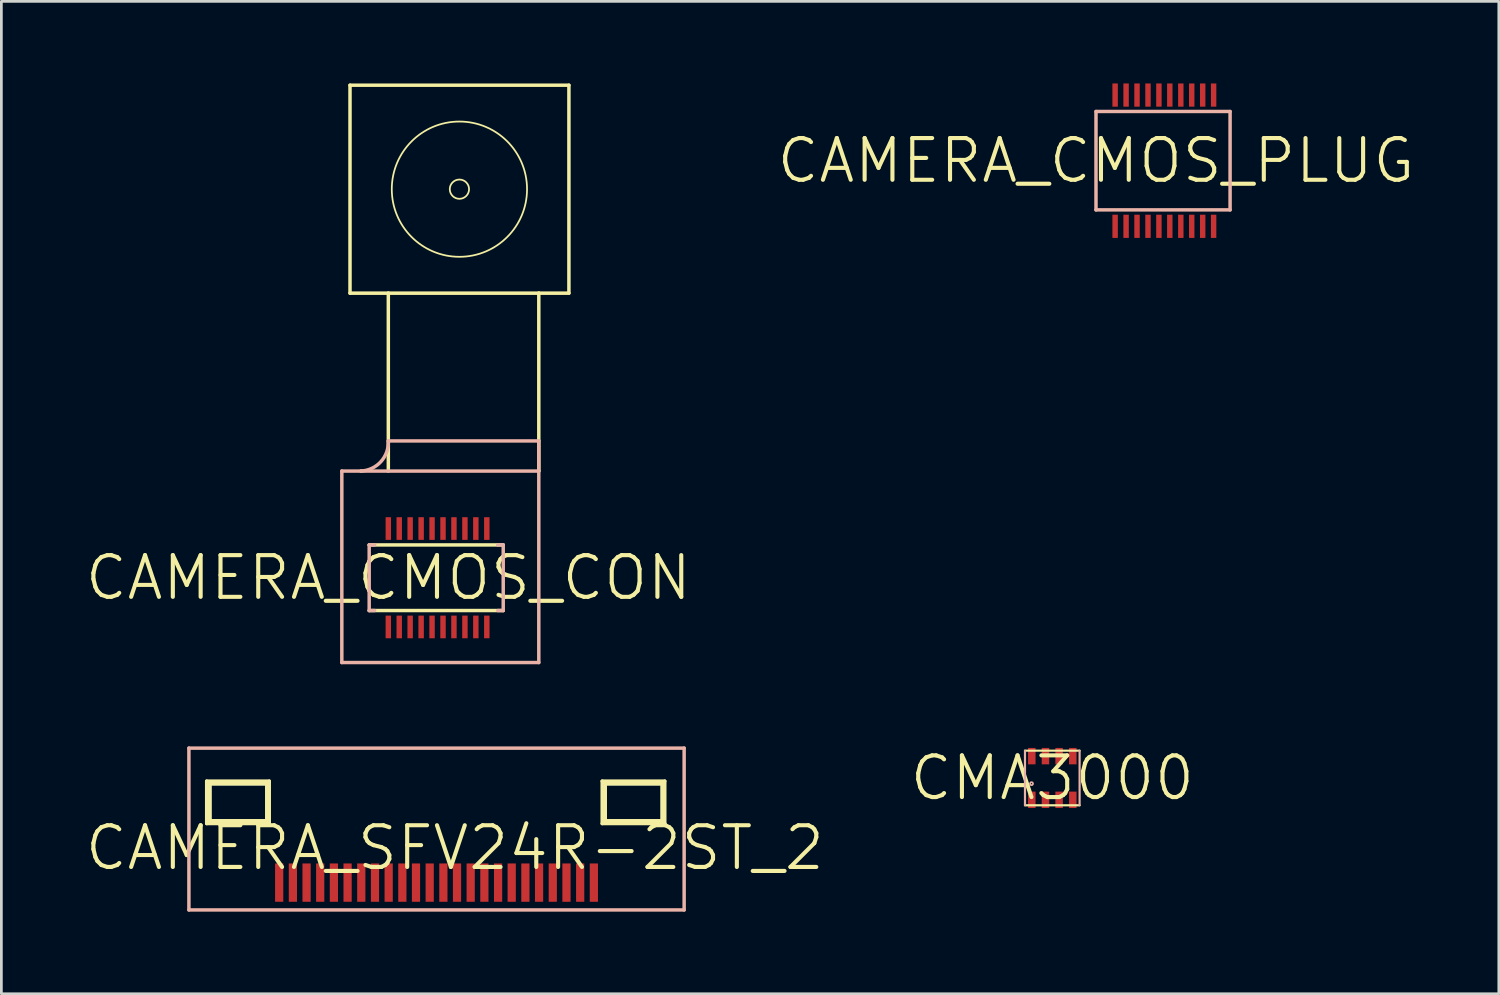
<source format=kicad_pcb>
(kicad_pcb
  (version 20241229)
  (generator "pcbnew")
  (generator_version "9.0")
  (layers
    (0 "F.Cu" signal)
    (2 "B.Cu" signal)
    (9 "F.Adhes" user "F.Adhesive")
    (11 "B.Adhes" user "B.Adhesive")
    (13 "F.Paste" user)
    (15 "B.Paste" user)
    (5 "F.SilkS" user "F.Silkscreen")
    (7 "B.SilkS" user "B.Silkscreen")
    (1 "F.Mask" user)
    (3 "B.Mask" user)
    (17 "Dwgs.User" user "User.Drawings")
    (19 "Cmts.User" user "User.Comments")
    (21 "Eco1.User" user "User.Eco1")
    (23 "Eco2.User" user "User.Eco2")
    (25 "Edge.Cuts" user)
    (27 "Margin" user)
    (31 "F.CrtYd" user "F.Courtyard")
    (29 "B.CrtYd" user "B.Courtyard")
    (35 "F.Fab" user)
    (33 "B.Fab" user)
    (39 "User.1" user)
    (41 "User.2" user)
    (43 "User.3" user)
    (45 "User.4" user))
  (footprint "CAMERA_CMOS_CON"
    (layer "F.Cu")
    (at 11.14 18.062)
    (property "Reference" "CAMERA_CMOS_CON" (at 0 0 0) (layer "F.SilkS") (effects (font (size 1.524 1.524) (thickness 0.15))))
    (attr smd)
    (fp_line (start -1.4 -17.998) (end 6.599 -17.998) (stroke (width 0.127) (type solid)) (layer "F.SilkS"))
    (fp_line (start -1.4 -10.399) (end -1.4 -17.998) (stroke (width 0.127) (type solid)) (layer "F.SilkS"))
    (fp_line (start -0.699 -1.199) (end 4.199 -1.199) (stroke (width 0.127) (type solid)) (layer "F.SilkS"))
    (fp_line (start 0 -10.399) (end -1.4 -10.399) (stroke (width 0.127) (type solid)) (layer "F.SilkS"))
    (fp_line (start 0 -3.899) (end 0 -10.399) (stroke (width 0.127) (type solid)) (layer "F.SilkS"))
    (fp_line (start 4.199 1.199) (end -0.699 1.199) (stroke (width 0.127) (type solid)) (layer "F.SilkS"))
    (fp_line (start 5.499 -10.399) (end 0 -10.399) (stroke (width 0.127) (type solid)) (layer "F.SilkS"))
    (fp_line (start 5.499 -10.399) (end 5.499 -3.899) (stroke (width 0.127) (type solid)) (layer "F.SilkS"))
    (fp_line (start 5.499 -10.399) (end 6.599 -10.399) (stroke (width 0.127) (type solid)) (layer "F.SilkS"))
    (fp_line (start 6.599 -17.998) (end 6.599 -10.399) (stroke (width 0.127) (type solid)) (layer "F.SilkS"))
    (fp_circle (center 2.598 -14.199) (end 2.847 -14.448) (stroke (width 0.064) (type solid)) (fill no) (layer "F.SilkS"))
    (fp_circle (center 2.598 -14.199) (end 4.346 -15.946) (stroke (width 0.064) (type solid)) (fill no) (layer "F.SilkS"))
    (fp_line (start -1.699 -3.899) (end -0.998 -3.899) (stroke (width 0.127) (type solid)) (layer "B.SilkS"))
    (fp_line (start -1.699 3.099) (end -1.699 -3.899) (stroke (width 0.127) (type solid)) (layer "B.SilkS"))
    (fp_line (start -0.998 -3.899) (end 5.499 -3.899) (stroke (width 0.127) (type solid)) (layer "B.SilkS"))
    (fp_line (start -0.699 -1.199) (end -0.498 -1.199) (stroke (width 0.127) (type solid)) (layer "B.SilkS"))
    (fp_line (start -0.699 1.199) (end -0.699 -1.199) (stroke (width 0.127) (type solid)) (layer "B.SilkS"))
    (fp_line (start -0.699 1.199) (end -0.498 1.199) (stroke (width 0.127) (type solid)) (layer "B.SilkS"))
    (fp_line (start 0 -4.999) (end 5.499 -4.999) (stroke (width 0.127) (type solid)) (layer "B.SilkS"))
    (fp_line (start 3.998 -1.199) (end 4.199 -1.199) (stroke (width 0.127) (type solid)) (layer "B.SilkS"))
    (fp_line (start 3.998 1.199) (end 4.199 1.199) (stroke (width 0.127) (type solid)) (layer "B.SilkS"))
    (fp_line (start 4.199 -1.199) (end 4.199 1.199) (stroke (width 0.127) (type solid)) (layer "B.SilkS"))
    (fp_line (start 5.499 -4.999) (end 5.499 -3.899) (stroke (width 0.127) (type solid)) (layer "B.SilkS"))
    (fp_line (start 5.499 -3.899) (end 5.499 3.099) (stroke (width 0.127) (type solid)) (layer "B.SilkS"))
    (fp_line (start 5.499 3.099) (end -1.699 3.099) (stroke (width 0.127) (type solid)) (layer "B.SilkS"))
    (fp_arc (start 0 -4.99872) (mid -0.27133 -4.242072) (end -0.99822 -3.8989) (stroke (width 0.127) (type solid)) (layer "B.SilkS"))
    (pad "ENB" smd rect (at 3.599 -1.798 90) (size 0.828 0.198) (layers "F.Cu" "F.Mask" "F.Paste"))
    (pad "FVLD" smd rect (at 1.199 -1.798 90) (size 0.828 0.198) (layers "F.Cu" "F.Mask" "F.Paste"))
    (pad "GND" smd rect (at 0 1.798 90) (size 0.828 0.198) (layers "F.Cu" "F.Mask" "F.Paste"))
    (pad "GND@" smd rect (at 2.799 -1.798 90) (size 0.828 0.198) (layers "F.Cu" "F.Mask" "F.Paste"))
    (pad "LVLD" smd rect (at 0.798 -1.798 90) (size 0.828 0.198) (layers "F.Cu" "F.Mask" "F.Paste"))
    (pad "MCLK" smd rect (at 0 -1.798 90) (size 0.828 0.198) (layers "F.Cu" "F.Mask" "F.Paste"))
    (pad "PCLK" smd rect (at 0.399 -1.798 90) (size 0.828 0.198) (layers "F.Cu" "F.Mask" "F.Paste"))
    (pad "RST" smd rect (at 3.198 -1.798 90) (size 0.828 0.198) (layers "F.Cu" "F.Mask" "F.Paste"))
    (pad "SCL" smd rect (at 1.999 -1.798 90) (size 0.828 0.198) (layers "F.Cu" "F.Mask" "F.Paste"))
    (pad "SDA" smd rect (at 1.598 -1.798 90) (size 0.828 0.198) (layers "F.Cu" "F.Mask" "F.Paste"))
    (pad "VCC" smd rect (at 0.399 1.798 90) (size 0.828 0.198) (layers "F.Cu" "F.Mask" "F.Paste"))
    (pad "VCC@" smd rect (at 2.398 -1.798 90) (size 0.828 0.198) (layers "F.Cu" "F.Mask" "F.Paste"))
    (pad "Y0" smd rect (at 3.599 1.798 90) (size 0.828 0.198) (layers "F.Cu" "F.Mask" "F.Paste"))
    (pad "Y1" smd rect (at 3.198 1.798 90) (size 0.828 0.198) (layers "F.Cu" "F.Mask" "F.Paste"))
    (pad "Y2" smd rect (at 2.799 1.798 90) (size 0.828 0.198) (layers "F.Cu" "F.Mask" "F.Paste"))
    (pad "Y3" smd rect (at 2.398 1.798 90) (size 0.828 0.198) (layers "F.Cu" "F.Mask" "F.Paste"))
    (pad "Y4" smd rect (at 1.999 1.798 90) (size 0.828 0.198) (layers "F.Cu" "F.Mask" "F.Paste"))
    (pad "Y5" smd rect (at 1.598 1.798 90) (size 0.828 0.198) (layers "F.Cu" "F.Mask" "F.Paste"))
    (pad "Y6" smd rect (at 1.199 1.798 90) (size 0.828 0.198) (layers "F.Cu" "F.Mask" "F.Paste"))
    (pad "Y7" smd rect (at 0.798 1.798 90) (size 0.828 0.198) (layers "F.Cu" "F.Mask" "F.Paste")))
  (footprint "CAMERA_SFV24R-2ST_2"
    (layer "F.Cu")
    (at 13.571 27.933)
    (property "Reference" "CAMERA_SFV24R-2ST_2" (at 0 0 0) (layer "F.SilkS") (effects (font (size 1.524 1.524) (thickness 0.15))))
    (attr smd)
    (fp_line (start -8.956 -2.347) (end -8.956 -0.988) (stroke (width 0.127) (type solid)) (layer "B.Cu"))
    (fp_line (start -8.956 -0.988) (end -6.868 -0.988) (stroke (width 0.127) (type solid)) (layer "B.Cu"))
    (fp_line (start -6.868 -2.347) (end -8.956 -2.347) (stroke (width 0.127) (type solid)) (layer "B.Cu"))
    (fp_line (start -6.868 -0.988) (end -6.868 -2.347) (stroke (width 0.127) (type solid)) (layer "B.Cu"))
    (fp_line (start 5.494 -2.347) (end 5.494 -0.988) (stroke (width 0.127) (type solid)) (layer "B.Cu"))
    (fp_line (start 5.494 -0.988) (end 7.582 -0.988) (stroke (width 0.127) (type solid)) (layer "B.Cu"))
    (fp_line (start 7.582 -2.347) (end 5.494 -2.347) (stroke (width 0.127) (type solid)) (layer "B.Cu"))
    (fp_line (start 7.582 -0.988) (end 7.582 -2.347) (stroke (width 0.127) (type solid)) (layer "B.Cu"))
    (fp_line (start -9.068 -2.438) (end -9.068 -0.889) (stroke (width 0.127) (type solid)) (layer "F.SilkS"))
    (fp_line (start -9.068 -0.889) (end -6.782 -0.889) (stroke (width 0.127) (type solid)) (layer "F.SilkS"))
    (fp_line (start -8.956 -2.347) (end -8.956 -0.988) (stroke (width 0.127) (type solid)) (layer "F.SilkS"))
    (fp_line (start -8.956 -2.347) (end -8.956 -0.988) (stroke (width 0.127) (type solid)) (layer "F.SilkS"))
    (fp_line (start -8.956 -0.988) (end -6.868 -0.988) (stroke (width 0.127) (type solid)) (layer "F.SilkS"))
    (fp_line (start -8.956 -0.988) (end -6.868 -0.988) (stroke (width 0.127) (type solid)) (layer "F.SilkS"))
    (fp_line (start -6.868 -2.347) (end -8.956 -2.347) (stroke (width 0.127) (type solid)) (layer "F.SilkS"))
    (fp_line (start -6.868 -2.347) (end -8.956 -2.347) (stroke (width 0.127) (type solid)) (layer "F.SilkS"))
    (fp_line (start -6.868 -0.988) (end -6.868 -2.347) (stroke (width 0.127) (type solid)) (layer "F.SilkS"))
    (fp_line (start -6.868 -0.988) (end -6.868 -2.347) (stroke (width 0.127) (type solid)) (layer "F.SilkS"))
    (fp_line (start -6.782 -2.438) (end -9.068 -2.438) (stroke (width 0.127) (type solid)) (layer "F.SilkS"))
    (fp_line (start -6.782 -0.889) (end -6.782 -2.438) (stroke (width 0.127) (type solid)) (layer "F.SilkS"))
    (fp_line (start 5.385 -2.438) (end 5.385 -0.889) (stroke (width 0.127) (type solid)) (layer "F.SilkS"))
    (fp_line (start 5.385 -0.889) (end 7.671 -0.889) (stroke (width 0.127) (type solid)) (layer "F.SilkS"))
    (fp_line (start 5.494 -2.347) (end 5.494 -0.988) (stroke (width 0.127) (type solid)) (layer "F.SilkS"))
    (fp_line (start 5.494 -2.347) (end 5.494 -0.988) (stroke (width 0.127) (type solid)) (layer "F.SilkS"))
    (fp_line (start 5.494 -0.988) (end 7.582 -0.988) (stroke (width 0.127) (type solid)) (layer "F.SilkS"))
    (fp_line (start 5.494 -0.988) (end 7.582 -0.988) (stroke (width 0.127) (type solid)) (layer "F.SilkS"))
    (fp_line (start 7.582 -2.347) (end 5.494 -2.347) (stroke (width 0.127) (type solid)) (layer "F.SilkS"))
    (fp_line (start 7.582 -2.347) (end 5.494 -2.347) (stroke (width 0.127) (type solid)) (layer "F.SilkS"))
    (fp_line (start 7.582 -0.988) (end 7.582 -2.347) (stroke (width 0.127) (type solid)) (layer "F.SilkS"))
    (fp_line (start 7.582 -0.988) (end 7.582 -2.347) (stroke (width 0.127) (type solid)) (layer "F.SilkS"))
    (fp_line (start 7.671 -2.438) (end 5.385 -2.438) (stroke (width 0.127) (type solid)) (layer "F.SilkS"))
    (fp_line (start 7.671 -0.889) (end 7.671 -2.438) (stroke (width 0.127) (type solid)) (layer "F.SilkS"))
    (fp_line (start -9.718 -3.645) (end 8.379 -3.645) (stroke (width 0.127) (type solid)) (layer "B.SilkS"))
    (fp_line (start -9.718 2.268) (end -9.718 -3.645) (stroke (width 0.127) (type solid)) (layer "B.SilkS"))
    (fp_line (start 8.379 -3.645) (end 8.379 2.268) (stroke (width 0.127) (type solid)) (layer "B.SilkS"))
    (fp_line (start 8.379 2.268) (end -9.718 2.268) (stroke (width 0.127) (type solid)) (layer "B.SilkS"))
    (pad "1" smd rect (at 5.08 1.27 270) (size 1.4 0.3) (layers "F.Cu" "F.Mask" "F.Paste"))
    (pad "2" smd rect (at 4.58 1.27 270) (size 1.4 0.3) (layers "F.Cu" "F.Mask" "F.Paste"))
    (pad "3" smd rect (at 4.079 1.27 270) (size 1.4 0.3) (layers "F.Cu" "F.Mask" "F.Paste"))
    (pad "4" smd rect (at 3.579 1.27 270) (size 1.4 0.3) (layers "F.Cu" "F.Mask" "F.Paste"))
    (pad "5" smd rect (at 3.078 1.27 270) (size 1.4 0.3) (layers "F.Cu" "F.Mask" "F.Paste"))
    (pad "6" smd rect (at 2.578 1.27 270) (size 1.4 0.3) (layers "F.Cu" "F.Mask" "F.Paste"))
    (pad "7" smd rect (at 2.078 1.27 270) (size 1.4 0.3) (layers "F.Cu" "F.Mask" "F.Paste"))
    (pad "8" smd rect (at 1.58 1.27 270) (size 1.4 0.3) (layers "F.Cu" "F.Mask" "F.Paste"))
    (pad "9" smd rect (at 1.079 1.27 270) (size 1.4 0.3) (layers "F.Cu" "F.Mask" "F.Paste"))
    (pad "10" smd rect (at 0.579 1.27 270) (size 1.4 0.3) (layers "F.Cu" "F.Mask" "F.Paste"))
    (pad "11" smd rect (at 0.079 1.27 270) (size 1.4 0.3) (layers "F.Cu" "F.Mask" "F.Paste"))
    (pad "12" smd rect (at -0.419 1.27 270) (size 1.4 0.3) (layers "F.Cu" "F.Mask" "F.Paste"))
    (pad "13" smd rect (at -0.919 1.27 270) (size 1.4 0.3) (layers "F.Cu" "F.Mask" "F.Paste"))
    (pad "14" smd rect (at -1.42 1.27 270) (size 1.4 0.3) (layers "F.Cu" "F.Mask" "F.Paste"))
    (pad "15" smd rect (at -1.918 1.27 270) (size 1.4 0.3) (layers "F.Cu" "F.Mask" "F.Paste"))
    (pad "16" smd rect (at -2.418 1.27 270) (size 1.4 0.3) (layers "F.Cu" "F.Mask" "F.Paste"))
    (pad "17" smd rect (at -2.918 1.27 270) (size 1.4 0.3) (layers "F.Cu" "F.Mask" "F.Paste"))
    (pad "18" smd rect (at -3.419 1.27 270) (size 1.4 0.3) (layers "F.Cu" "F.Mask" "F.Paste"))
    (pad "19" smd rect (at -3.919 1.27 270) (size 1.4 0.3) (layers "F.Cu" "F.Mask" "F.Paste"))
    (pad "20" smd rect (at -4.42 1.27 270) (size 1.4 0.3) (layers "F.Cu" "F.Mask" "F.Paste"))
    (pad "21" smd rect (at -4.92 1.27 270) (size 1.4 0.3) (layers "F.Cu" "F.Mask" "F.Paste"))
    (pad "22" smd rect (at -5.418 1.27 270) (size 1.4 0.3) (layers "F.Cu" "F.Mask" "F.Paste"))
    (pad "23" smd rect (at -5.918 1.27 270) (size 1.4 0.3) (layers "F.Cu" "F.Mask" "F.Paste"))
    (pad "24" smd rect (at -6.419 1.27 270) (size 1.4 0.3) (layers "F.Cu" "F.Mask" "F.Paste")))
  (footprint "CAMERA_CMOS_PLUG"
    (layer "F.Cu")
    (at 37 2.822)
    (property "Reference" "CAMERA_CMOS_PLUG" (at 0 0 0) (layer "F.SilkS") (effects (font (size 1.524 1.524) (thickness 0.15))))
    (attr smd)
    (fp_line (start 0 -1.798) (end 4.9 -1.798) (stroke (width 0.127) (type solid)) (layer "B.SilkS"))
    (fp_line (start 0 1.798) (end 0 -1.798) (stroke (width 0.127) (type solid)) (layer "B.SilkS"))
    (fp_line (start 4.9 -1.798) (end 4.9 1.798) (stroke (width 0.127) (type solid)) (layer "B.SilkS"))
    (fp_line (start 4.9 1.798) (end 0 1.798) (stroke (width 0.127) (type solid)) (layer "B.SilkS"))
    (pad "1" smd rect (at 0.699 2.398 90) (size 0.848 0.198) (layers "F.Cu" "F.Mask" "F.Paste"))
    (pad "2" smd rect (at 0.699 -2.398 90) (size 0.848 0.198) (layers "F.Cu" "F.Mask" "F.Paste"))
    (pad "3" smd rect (at 1.1 2.398 90) (size 0.848 0.198) (layers "F.Cu" "F.Mask" "F.Paste"))
    (pad "4" smd rect (at 1.1 -2.398 90) (size 0.848 0.198) (layers "F.Cu" "F.Mask" "F.Paste"))
    (pad "5" smd rect (at 1.499 2.398 90) (size 0.848 0.198) (layers "F.Cu" "F.Mask" "F.Paste"))
    (pad "6" smd rect (at 1.499 -2.398 90) (size 0.848 0.198) (layers "F.Cu" "F.Mask" "F.Paste"))
    (pad "7" smd rect (at 1.9 2.398 90) (size 0.848 0.198) (layers "F.Cu" "F.Mask" "F.Paste"))
    (pad "8" smd rect (at 1.9 -2.398 90) (size 0.848 0.198) (layers "F.Cu" "F.Mask" "F.Paste"))
    (pad "9" smd rect (at 2.299 2.398 90) (size 0.848 0.198) (layers "F.Cu" "F.Mask" "F.Paste"))
    (pad "10" smd rect (at 2.299 -2.398 90) (size 0.848 0.198) (layers "F.Cu" "F.Mask" "F.Paste"))
    (pad "11" smd rect (at 2.697 2.398 90) (size 0.848 0.198) (layers "F.Cu" "F.Mask" "F.Paste"))
    (pad "12" smd rect (at 2.697 -2.398 90) (size 0.848 0.198) (layers "F.Cu" "F.Mask" "F.Paste"))
    (pad "13" smd rect (at 3.099 2.398 90) (size 0.848 0.198) (layers "F.Cu" "F.Mask" "F.Paste"))
    (pad "14" smd rect (at 3.099 -2.398 90) (size 0.848 0.198) (layers "F.Cu" "F.Mask" "F.Paste"))
    (pad "15" smd rect (at 3.498 2.398 90) (size 0.848 0.198) (layers "F.Cu" "F.Mask" "F.Paste"))
    (pad "16" smd rect (at 3.498 -2.398 90) (size 0.848 0.198) (layers "F.Cu" "F.Mask" "F.Paste"))
    (pad "17" smd rect (at 3.899 2.398 90) (size 0.848 0.198) (layers "F.Cu" "F.Mask" "F.Paste"))
    (pad "18" smd rect (at 3.899 -2.398 90) (size 0.848 0.198) (layers "F.Cu" "F.Mask" "F.Paste"))
    (pad "19" smd rect (at 4.298 2.398 90) (size 0.848 0.198) (layers "F.Cu" "F.Mask" "F.Paste"))
    (pad "20" smd rect (at 4.298 -2.398 90) (size 0.848 0.198) (layers "F.Cu" "F.Mask" "F.Paste")))
  (footprint "CMA3000"
    (layer "F.Cu")
    (at 35.403 25.379)
    (property "Reference" "CMA3000" (at 0 0 0) (layer "F.SilkS") (effects (font (size 1.524 1.524) (thickness 0.15))))
    (attr smd)
    (fp_line (start -0.998 -0.998) (end 0.998 -0.998) (stroke (width 0.079) (type solid)) (layer "F.SilkS"))
    (fp_line (start 0.998 0.998) (end -0.998 0.998) (stroke (width 0.079) (type solid)) (layer "F.SilkS"))
    (fp_line (start -0.998 0.998) (end -0.998 -0.998) (stroke (width 0.079) (type solid)) (layer "B.SilkS"))
    (fp_line (start 0.998 -0.998) (end 0.998 0.998) (stroke (width 0.079) (type solid)) (layer "B.SilkS"))
    (fp_circle (center -0.759 0.208) (end -0.798 0.246) (stroke (width 0.064) (type solid)) (fill no) (layer "B.SilkS"))
    (pad "P$1" smd rect (at -0.749 0.798 90) (size 0.599 0.274) (layers "F.Cu" "F.Mask" "F.Paste"))
    (pad "P$2" smd rect (at -0.249 0.798 90) (size 0.599 0.274) (layers "F.Cu" "F.Mask" "F.Paste"))
    (pad "P$3" smd rect (at 0.249 0.798 90) (size 0.599 0.274) (layers "F.Cu" "F.Mask" "F.Paste"))
    (pad "P$4" smd rect (at 0.749 0.798 90) (size 0.599 0.274) (layers "F.Cu" "F.Mask" "F.Paste"))
    (pad "P$5" smd rect (at 0.749 -0.798 90) (size 0.599 0.274) (layers "F.Cu" "F.Mask" "F.Paste"))
    (pad "P$6" smd rect (at 0.249 -0.798 90) (size 0.599 0.274) (layers "F.Cu" "F.Mask" "F.Paste"))
    (pad "P$7" smd rect (at -0.249 -0.798 90) (size 0.599 0.274) (layers "F.Cu" "F.Mask" "F.Paste"))
    (pad "P$8" smd rect (at -0.749 -0.798 90) (size 0.599 0.274) (layers "F.Cu" "F.Mask" "F.Paste")))
  (gr_rect
    (start -3 -3)
    (end 51.72 33.264)
    (stroke (width 0.1) (type default))
    (fill no)
    (layer "Edge.Cuts")))
</source>
